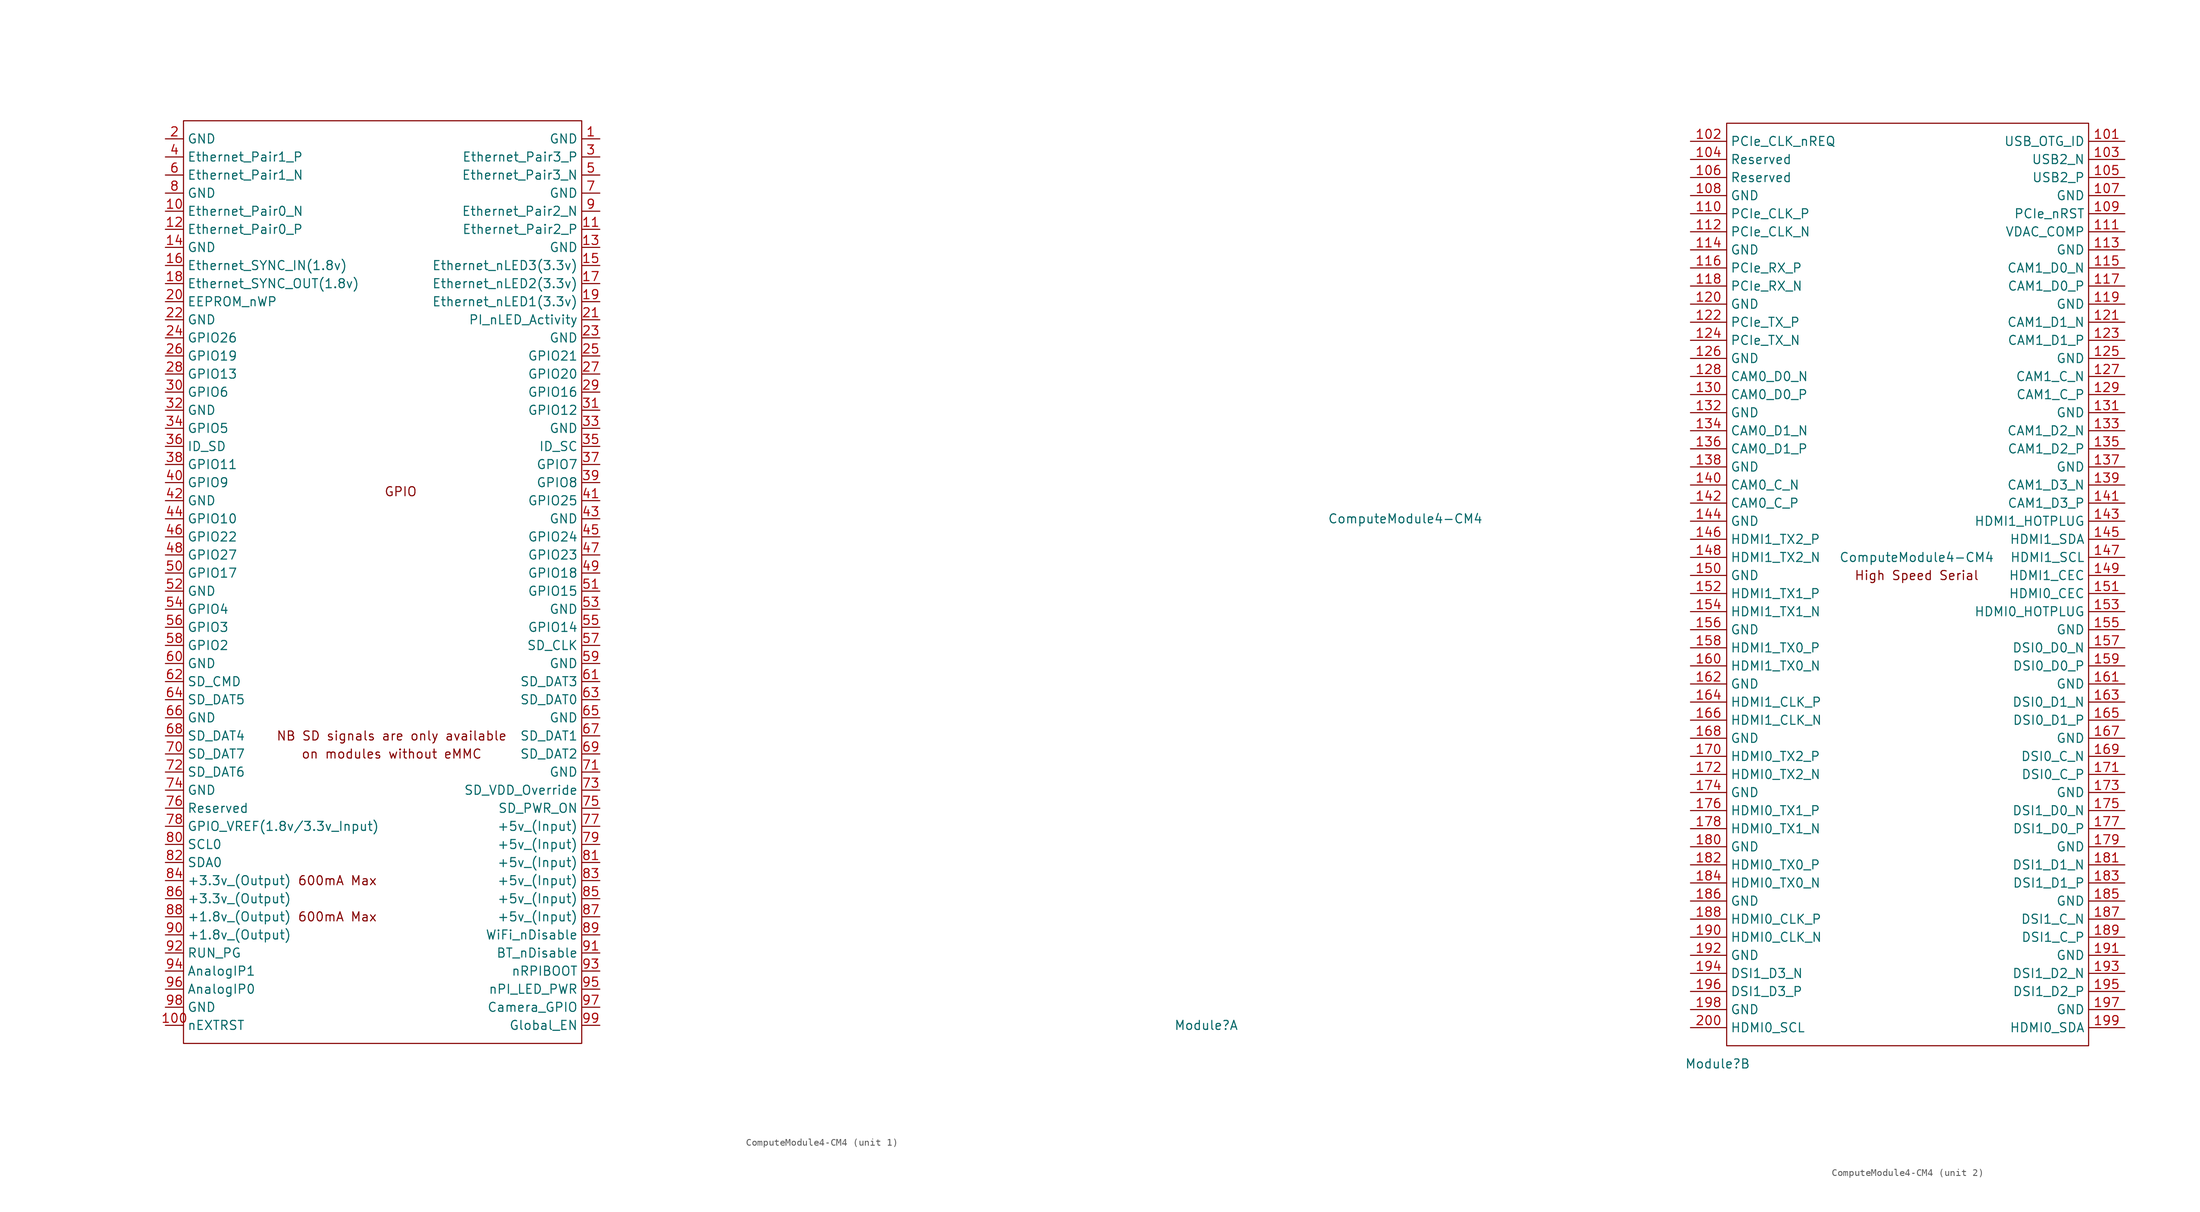
<source format=kicad_sym>
(kicad_symbol_lib
  (version 20201005)
  (generator kicad_symbol_editor)
  (symbol "CM4IO:ComputeModule4-CM4"
    (property "Reference" "Module"
      (at 113.03 -68.58 0)
      (effects (font (size 1.27 1.27))))
    (property "Value" "ComputeModule4-CM4"
      (at 140.97 2.54 0)
      (effects (font (size 1.27 1.27))))
    (symbol "ComputeModule4-CM4_1_0"
      (text "GPIO" (at 0 6.35 0) (effects (font (size 1.27 1.27)))))
    (symbol "ComputeModule4-CM4_1_1"
      (text "600mA Max" (at -8.89 -53.34 0) (effects (font (size 1.27 1.27))))
      (text "600mA Max" (at -8.89 -48.26 0) (effects (font (size 1.27 1.27))))
      (text "NB SD signals are only available" (at -1.27 -27.94 0) (effects (font (size 1.27 1.27))))
      (text "on modules without eMMC" (at -1.27 -30.48 0) (effects (font (size 1.27 1.27))))
      (rectangle (start -30.48 -71.12) (end 25.4 58.42) (stroke (width 0)) (fill (type none)))
      (pin power_in line (at 27.94 55.88 180) (length 2.54) (name "GND" (effects (font (size 1.27 1.27)))) (number "1" (effects (font (size 1.27 1.27)))))
      (pin passive line (at -33.02 45.72 0) (length 2.54) (name "Ethernet_Pair0_N" (effects (font (size 1.27 1.27)))) (number "10" (effects (font (size 1.27 1.27)))))
      (pin output line (at -33.02 -68.58 0) (length 2.54) (name "nEXTRST" (effects (font (size 1.27 1.27)))) (number "100" (effects (font (size 1.27 1.27)))))
      (pin passive line (at 27.94 43.18 180) (length 2.54) (name "Ethernet_Pair2_P" (effects (font (size 1.27 1.27)))) (number "11" (effects (font (size 1.27 1.27)))))
      (pin passive line (at -33.02 43.18 0) (length 2.54) (name "Ethernet_Pair0_P" (effects (font (size 1.27 1.27)))) (number "12" (effects (font (size 1.27 1.27)))))
      (pin power_in line (at 27.94 40.64 180) (length 2.54) (name "GND" (effects (font (size 1.27 1.27)))) (number "13" (effects (font (size 1.27 1.27)))))
      (pin power_in line (at -33.02 40.64 0) (length 2.54) (name "GND" (effects (font (size 1.27 1.27)))) (number "14" (effects (font (size 1.27 1.27)))))
      (pin output line (at 27.94 38.1 180) (length 2.54) (name "Ethernet_nLED3(3.3v)" (effects (font (size 1.27 1.27)))) (number "15" (effects (font (size 1.27 1.27)))))
      (pin input line (at -33.02 38.1 0) (length 2.54) (name "Ethernet_SYNC_IN(1.8v)" (effects (font (size 1.27 1.27)))) (number "16" (effects (font (size 1.27 1.27)))))
      (pin output line (at 27.94 35.56 180) (length 2.54) (name "Ethernet_nLED2(3.3v)" (effects (font (size 1.27 1.27)))) (number "17" (effects (font (size 1.27 1.27)))))
      (pin input line (at -33.02 35.56 0) (length 2.54) (name "Ethernet_SYNC_OUT(1.8v)" (effects (font (size 1.27 1.27)))) (number "18" (effects (font (size 1.27 1.27)))))
      (pin output line (at 27.94 33.02 180) (length 2.54) (name "Ethernet_nLED1(3.3v)" (effects (font (size 1.27 1.27)))) (number "19" (effects (font (size 1.27 1.27)))))
      (pin power_in line (at -33.02 55.88 0) (length 2.54) (name "GND" (effects (font (size 1.27 1.27)))) (number "2" (effects (font (size 1.27 1.27)))))
      (pin passive line (at -33.02 33.02 0) (length 2.54) (name "EEPROM_nWP" (effects (font (size 1.27 1.27)))) (number "20" (effects (font (size 1.27 1.27)))))
      (pin open_collector line (at 27.94 30.48 180) (length 2.54) (name "PI_nLED_Activity" (effects (font (size 1.27 1.27)))) (number "21" (effects (font (size 1.27 1.27)))))
      (pin power_in line (at -33.02 30.48 0) (length 2.54) (name "GND" (effects (font (size 1.27 1.27)))) (number "22" (effects (font (size 1.27 1.27)))))
      (pin power_in line (at 27.94 27.94 180) (length 2.54) (name "GND" (effects (font (size 1.27 1.27)))) (number "23" (effects (font (size 1.27 1.27)))))
      (pin passive line (at -33.02 27.94 0) (length 2.54) (name "GPIO26" (effects (font (size 1.27 1.27)))) (number "24" (effects (font (size 1.27 1.27)))))
      (pin passive line (at 27.94 25.4 180) (length 2.54) (name "GPIO21" (effects (font (size 1.27 1.27)))) (number "25" (effects (font (size 1.27 1.27)))))
      (pin passive line (at -33.02 25.4 0) (length 2.54) (name "GPIO19" (effects (font (size 1.27 1.27)))) (number "26" (effects (font (size 1.27 1.27)))))
      (pin passive line (at 27.94 22.86 180) (length 2.54) (name "GPIO20" (effects (font (size 1.27 1.27)))) (number "27" (effects (font (size 1.27 1.27)))))
      (pin passive line (at -33.02 22.86 0) (length 2.54) (name "GPIO13" (effects (font (size 1.27 1.27)))) (number "28" (effects (font (size 1.27 1.27)))))
      (pin passive line (at 27.94 20.32 180) (length 2.54) (name "GPIO16" (effects (font (size 1.27 1.27)))) (number "29" (effects (font (size 1.27 1.27)))))
      (pin passive line (at 27.94 53.34 180) (length 2.54) (name "Ethernet_Pair3_P" (effects (font (size 1.27 1.27)))) (number "3" (effects (font (size 1.27 1.27)))))
      (pin passive line (at -33.02 20.32 0) (length 2.54) (name "GPIO6" (effects (font (size 1.27 1.27)))) (number "30" (effects (font (size 1.27 1.27)))))
      (pin passive line (at 27.94 17.78 180) (length 2.54) (name "GPIO12" (effects (font (size 1.27 1.27)))) (number "31" (effects (font (size 1.27 1.27)))))
      (pin power_in line (at -33.02 17.78 0) (length 2.54) (name "GND" (effects (font (size 1.27 1.27)))) (number "32" (effects (font (size 1.27 1.27)))))
      (pin power_in line (at 27.94 15.24 180) (length 2.54) (name "GND" (effects (font (size 1.27 1.27)))) (number "33" (effects (font (size 1.27 1.27)))))
      (pin passive line (at -33.02 15.24 0) (length 2.54) (name "GPIO5" (effects (font (size 1.27 1.27)))) (number "34" (effects (font (size 1.27 1.27)))))
      (pin passive line (at 27.94 12.7 180) (length 2.54) (name "ID_SC" (effects (font (size 1.27 1.27)))) (number "35" (effects (font (size 1.27 1.27)))))
      (pin passive line (at -33.02 12.7 0) (length 2.54) (name "ID_SD" (effects (font (size 1.27 1.27)))) (number "36" (effects (font (size 1.27 1.27)))))
      (pin passive line (at 27.94 10.16 180) (length 2.54) (name "GPIO7" (effects (font (size 1.27 1.27)))) (number "37" (effects (font (size 1.27 1.27)))))
      (pin passive line (at -33.02 10.16 0) (length 2.54) (name "GPIO11" (effects (font (size 1.27 1.27)))) (number "38" (effects (font (size 1.27 1.27)))))
      (pin passive line (at 27.94 7.62 180) (length 2.54) (name "GPIO8" (effects (font (size 1.27 1.27)))) (number "39" (effects (font (size 1.27 1.27)))))
      (pin passive line (at -33.02 53.34 0) (length 2.54) (name "Ethernet_Pair1_P" (effects (font (size 1.27 1.27)))) (number "4" (effects (font (size 1.27 1.27)))))
      (pin passive line (at -33.02 7.62 0) (length 2.54) (name "GPIO9" (effects (font (size 1.27 1.27)))) (number "40" (effects (font (size 1.27 1.27)))))
      (pin passive line (at 27.94 5.08 180) (length 2.54) (name "GPIO25" (effects (font (size 1.27 1.27)))) (number "41" (effects (font (size 1.27 1.27)))))
      (pin power_in line (at -33.02 5.08 0) (length 2.54) (name "GND" (effects (font (size 1.27 1.27)))) (number "42" (effects (font (size 1.27 1.27)))))
      (pin power_in line (at 27.94 2.54 180) (length 2.54) (name "GND" (effects (font (size 1.27 1.27)))) (number "43" (effects (font (size 1.27 1.27)))))
      (pin passive line (at -33.02 2.54 0) (length 2.54) (name "GPIO10" (effects (font (size 1.27 1.27)))) (number "44" (effects (font (size 1.27 1.27)))))
      (pin passive line (at 27.94 0 180) (length 2.54) (name "GPIO24" (effects (font (size 1.27 1.27)))) (number "45" (effects (font (size 1.27 1.27)))))
      (pin passive line (at -33.02 0 0) (length 2.54) (name "GPIO22" (effects (font (size 1.27 1.27)))) (number "46" (effects (font (size 1.27 1.27)))))
      (pin passive line (at 27.94 -2.54 180) (length 2.54) (name "GPIO23" (effects (font (size 1.27 1.27)))) (number "47" (effects (font (size 1.27 1.27)))))
      (pin passive line (at -33.02 -2.54 0) (length 2.54) (name "GPIO27" (effects (font (size 1.27 1.27)))) (number "48" (effects (font (size 1.27 1.27)))))
      (pin passive line (at 27.94 -5.08 180) (length 2.54) (name "GPIO18" (effects (font (size 1.27 1.27)))) (number "49" (effects (font (size 1.27 1.27)))))
      (pin passive line (at 27.94 50.8 180) (length 2.54) (name "Ethernet_Pair3_N" (effects (font (size 1.27 1.27)))) (number "5" (effects (font (size 1.27 1.27)))))
      (pin passive line (at -33.02 -5.08 0) (length 2.54) (name "GPIO17" (effects (font (size 1.27 1.27)))) (number "50" (effects (font (size 1.27 1.27)))))
      (pin passive line (at 27.94 -7.62 180) (length 2.54) (name "GPIO15" (effects (font (size 1.27 1.27)))) (number "51" (effects (font (size 1.27 1.27)))))
      (pin power_in line (at -33.02 -7.62 0) (length 2.54) (name "GND" (effects (font (size 1.27 1.27)))) (number "52" (effects (font (size 1.27 1.27)))))
      (pin power_in line (at 27.94 -10.16 180) (length 2.54) (name "GND" (effects (font (size 1.27 1.27)))) (number "53" (effects (font (size 1.27 1.27)))))
      (pin passive line (at -33.02 -10.16 0) (length 2.54) (name "GPIO4" (effects (font (size 1.27 1.27)))) (number "54" (effects (font (size 1.27 1.27)))))
      (pin passive line (at 27.94 -12.7 180) (length 2.54) (name "GPIO14" (effects (font (size 1.27 1.27)))) (number "55" (effects (font (size 1.27 1.27)))))
      (pin passive line (at -33.02 -12.7 0) (length 2.54) (name "GPIO3" (effects (font (size 1.27 1.27)))) (number "56" (effects (font (size 1.27 1.27)))))
      (pin passive line (at 27.94 -15.24 180) (length 2.54) (name "SD_CLK" (effects (font (size 1.27 1.27)))) (number "57" (effects (font (size 1.27 1.27)))))
      (pin passive line (at -33.02 -15.24 0) (length 2.54) (name "GPIO2" (effects (font (size 1.27 1.27)))) (number "58" (effects (font (size 1.27 1.27)))))
      (pin power_in line (at 27.94 -17.78 180) (length 2.54) (name "GND" (effects (font (size 1.27 1.27)))) (number "59" (effects (font (size 1.27 1.27)))))
      (pin passive line (at -33.02 50.8 0) (length 2.54) (name "Ethernet_Pair1_N" (effects (font (size 1.27 1.27)))) (number "6" (effects (font (size 1.27 1.27)))))
      (pin power_in line (at -33.02 -17.78 0) (length 2.54) (name "GND" (effects (font (size 1.27 1.27)))) (number "60" (effects (font (size 1.27 1.27)))))
      (pin passive line (at 27.94 -20.32 180) (length 2.54) (name "SD_DAT3" (effects (font (size 1.27 1.27)))) (number "61" (effects (font (size 1.27 1.27)))))
      (pin passive line (at -33.02 -20.32 0) (length 2.54) (name "SD_CMD" (effects (font (size 1.27 1.27)))) (number "62" (effects (font (size 1.27 1.27)))))
      (pin passive line (at 27.94 -22.86 180) (length 2.54) (name "SD_DAT0" (effects (font (size 1.27 1.27)))) (number "63" (effects (font (size 1.27 1.27)))))
      (pin passive line (at -33.02 -22.86 0) (length 2.54) (name "SD_DAT5" (effects (font (size 1.27 1.27)))) (number "64" (effects (font (size 1.27 1.27)))))
      (pin power_in line (at 27.94 -25.4 180) (length 2.54) (name "GND" (effects (font (size 1.27 1.27)))) (number "65" (effects (font (size 1.27 1.27)))))
      (pin power_in line (at -33.02 -25.4 0) (length 2.54) (name "GND" (effects (font (size 1.27 1.27)))) (number "66" (effects (font (size 1.27 1.27)))))
      (pin passive line (at 27.94 -27.94 180) (length 2.54) (name "SD_DAT1" (effects (font (size 1.27 1.27)))) (number "67" (effects (font (size 1.27 1.27)))))
      (pin passive line (at -33.02 -27.94 0) (length 2.54) (name "SD_DAT4" (effects (font (size 1.27 1.27)))) (number "68" (effects (font (size 1.27 1.27)))))
      (pin passive line (at 27.94 -30.48 180) (length 2.54) (name "SD_DAT2" (effects (font (size 1.27 1.27)))) (number "69" (effects (font (size 1.27 1.27)))))
      (pin power_in line (at 27.94 48.26 180) (length 2.54) (name "GND" (effects (font (size 1.27 1.27)))) (number "7" (effects (font (size 1.27 1.27)))))
      (pin passive line (at -33.02 -30.48 0) (length 2.54) (name "SD_DAT7" (effects (font (size 1.27 1.27)))) (number "70" (effects (font (size 1.27 1.27)))))
      (pin power_in line (at 27.94 -33.02 180) (length 2.54) (name "GND" (effects (font (size 1.27 1.27)))) (number "71" (effects (font (size 1.27 1.27)))))
      (pin passive line (at -33.02 -33.02 0) (length 2.54) (name "SD_DAT6" (effects (font (size 1.27 1.27)))) (number "72" (effects (font (size 1.27 1.27)))))
      (pin input line (at 27.94 -35.56 180) (length 2.54) (name "SD_VDD_Override" (effects (font (size 1.27 1.27)))) (number "73" (effects (font (size 1.27 1.27)))))
      (pin power_in line (at -33.02 -35.56 0) (length 2.54) (name "GND" (effects (font (size 1.27 1.27)))) (number "74" (effects (font (size 1.27 1.27)))))
      (pin output line (at 27.94 -38.1 180) (length 2.54) (name "SD_PWR_ON" (effects (font (size 1.27 1.27)))) (number "75" (effects (font (size 1.27 1.27)))))
      (pin passive line (at -33.02 -38.1 0) (length 2.54) (name "Reserved" (effects (font (size 1.27 1.27)))) (number "76" (effects (font (size 1.27 1.27)))))
      (pin power_in line (at 27.94 -40.64 180) (length 2.54) (name "+5v_(Input)" (effects (font (size 1.27 1.27)))) (number "77" (effects (font (size 1.27 1.27)))))
      (pin power_in line (at -33.02 -40.64 0) (length 2.54) (name "GPIO_VREF(1.8v/3.3v_Input)" (effects (font (size 1.27 1.27)))) (number "78" (effects (font (size 1.27 1.27)))))
      (pin power_in line (at 27.94 -43.18 180) (length 2.54) (name "+5v_(Input)" (effects (font (size 1.27 1.27)))) (number "79" (effects (font (size 1.27 1.27)))))
      (pin power_in line (at -33.02 48.26 0) (length 2.54) (name "GND" (effects (font (size 1.27 1.27)))) (number "8" (effects (font (size 1.27 1.27)))))
      (pin passive line (at -33.02 -43.18 0) (length 2.54) (name "SCL0" (effects (font (size 1.27 1.27)))) (number "80" (effects (font (size 1.27 1.27)))))
      (pin power_in line (at 27.94 -45.72 180) (length 2.54) (name "+5v_(Input)" (effects (font (size 1.27 1.27)))) (number "81" (effects (font (size 1.27 1.27)))))
      (pin passive line (at -33.02 -45.72 0) (length 2.54) (name "SDA0" (effects (font (size 1.27 1.27)))) (number "82" (effects (font (size 1.27 1.27)))))
      (pin power_in line (at 27.94 -48.26 180) (length 2.54) (name "+5v_(Input)" (effects (font (size 1.27 1.27)))) (number "83" (effects (font (size 1.27 1.27)))))
      (pin power_out line (at -33.02 -48.26 0) (length 2.54) (name "+3.3v_(Output)" (effects (font (size 1.27 1.27)))) (number "84" (effects (font (size 1.27 1.27)))))
      (pin power_in line (at 27.94 -50.8 180) (length 2.54) (name "+5v_(Input)" (effects (font (size 1.27 1.27)))) (number "85" (effects (font (size 1.27 1.27)))))
      (pin power_out line (at -33.02 -50.8 0) (length 2.54) (name "+3.3v_(Output)" (effects (font (size 1.27 1.27)))) (number "86" (effects (font (size 1.27 1.27)))))
      (pin power_in line (at 27.94 -53.34 180) (length 2.54) (name "+5v_(Input)" (effects (font (size 1.27 1.27)))) (number "87" (effects (font (size 1.27 1.27)))))
      (pin power_out line (at -33.02 -53.34 0) (length 2.54) (name "+1.8v_(Output)" (effects (font (size 1.27 1.27)))) (number "88" (effects (font (size 1.27 1.27)))))
      (pin power_in line (at 27.94 -55.88 180) (length 2.54) (name "WiFi_nDisable" (effects (font (size 1.27 1.27)))) (number "89" (effects (font (size 1.27 1.27)))))
      (pin passive line (at 27.94 45.72 180) (length 2.54) (name "Ethernet_Pair2_N" (effects (font (size 1.27 1.27)))) (number "9" (effects (font (size 1.27 1.27)))))
      (pin power_out line (at -33.02 -55.88 0) (length 2.54) (name "+1.8v_(Output)" (effects (font (size 1.27 1.27)))) (number "90" (effects (font (size 1.27 1.27)))))
      (pin power_in line (at 27.94 -58.42 180) (length 2.54) (name "BT_nDisable" (effects (font (size 1.27 1.27)))) (number "91" (effects (font (size 1.27 1.27)))))
      (pin passive line (at -33.02 -58.42 0) (length 2.54) (name "RUN_PG" (effects (font (size 1.27 1.27)))) (number "92" (effects (font (size 1.27 1.27)))))
      (pin input line (at 27.94 -60.96 180) (length 2.54) (name "nRPIBOOT" (effects (font (size 1.27 1.27)))) (number "93" (effects (font (size 1.27 1.27)))))
      (pin passive line (at -33.02 -60.96 0) (length 2.54) (name "AnalogIP1" (effects (font (size 1.27 1.27)))) (number "94" (effects (font (size 1.27 1.27)))))
      (pin output line (at 27.94 -63.5 180) (length 2.54) (name "nPI_LED_PWR" (effects (font (size 1.27 1.27)))) (number "95" (effects (font (size 1.27 1.27)))))
      (pin passive line (at -33.02 -63.5 0) (length 2.54) (name "AnalogIP0" (effects (font (size 1.27 1.27)))) (number "96" (effects (font (size 1.27 1.27)))))
      (pin passive line (at 27.94 -66.04 180) (length 2.54) (name "Camera_GPIO" (effects (font (size 1.27 1.27)))) (number "97" (effects (font (size 1.27 1.27)))))
      (pin power_in line (at -33.02 -66.04 0) (length 2.54) (name "GND" (effects (font (size 1.27 1.27)))) (number "98" (effects (font (size 1.27 1.27)))))
      (pin input line (at 27.94 -68.58 180) (length 2.54) (name "Global_EN" (effects (font (size 1.27 1.27)))) (number "99" (effects (font (size 1.27 1.27))))))
    (symbol "ComputeModule4-CM4_2_1"
      (text "High Speed Serial" (at 140.97 0 0) (effects (font (size 1.27 1.27))))
      (rectangle (start 114.3 -66.04) (end 165.1 63.5) (stroke (width 0)) (fill (type none)))
      (pin input line (at 170.18 60.96 180) (length 5.08) (name "USB_OTG_ID" (effects (font (size 1.27 1.27)))) (number "101" (effects (font (size 1.27 1.27)))))
      (pin input line (at 109.22 60.96 0) (length 5.08) (name "PCIe_CLK_nREQ" (effects (font (size 1.27 1.27)))) (number "102" (effects (font (size 1.27 1.27)))))
      (pin passive line (at 170.18 58.42 180) (length 5.08) (name "USB2_N" (effects (font (size 1.27 1.27)))) (number "103" (effects (font (size 1.27 1.27)))))
      (pin passive line (at 109.22 58.42 0) (length 5.08) (name "Reserved" (effects (font (size 1.27 1.27)))) (number "104" (effects (font (size 1.27 1.27)))))
      (pin passive line (at 170.18 55.88 180) (length 5.08) (name "USB2_P" (effects (font (size 1.27 1.27)))) (number "105" (effects (font (size 1.27 1.27)))))
      (pin passive line (at 109.22 55.88 0) (length 5.08) (name "Reserved" (effects (font (size 1.27 1.27)))) (number "106" (effects (font (size 1.27 1.27)))))
      (pin power_in line (at 170.18 53.34 180) (length 5.08) (name "GND" (effects (font (size 1.27 1.27)))) (number "107" (effects (font (size 1.27 1.27)))))
      (pin power_in line (at 109.22 53.34 0) (length 5.08) (name "GND" (effects (font (size 1.27 1.27)))) (number "108" (effects (font (size 1.27 1.27)))))
      (pin bidirectional line (at 170.18 50.8 180) (length 5.08) (name "PCIe_nRST" (effects (font (size 1.27 1.27)))) (number "109" (effects (font (size 1.27 1.27)))))
      (pin output line (at 109.22 50.8 0) (length 5.08) (name "PCIe_CLK_P" (effects (font (size 1.27 1.27)))) (number "110" (effects (font (size 1.27 1.27)))))
      (pin passive line (at 170.18 48.26 180) (length 5.08) (name "VDAC_COMP" (effects (font (size 1.27 1.27)))) (number "111" (effects (font (size 1.27 1.27)))))
      (pin output line (at 109.22 48.26 0) (length 5.08) (name "PCIe_CLK_N" (effects (font (size 1.27 1.27)))) (number "112" (effects (font (size 1.27 1.27)))))
      (pin power_in line (at 170.18 45.72 180) (length 5.08) (name "GND" (effects (font (size 1.27 1.27)))) (number "113" (effects (font (size 1.27 1.27)))))
      (pin power_in line (at 109.22 45.72 0) (length 5.08) (name "GND" (effects (font (size 1.27 1.27)))) (number "114" (effects (font (size 1.27 1.27)))))
      (pin input line (at 170.18 43.18 180) (length 5.08) (name "CAM1_D0_N" (effects (font (size 1.27 1.27)))) (number "115" (effects (font (size 1.27 1.27)))))
      (pin input line (at 109.22 43.18 0) (length 5.08) (name "PCIe_RX_P" (effects (font (size 1.27 1.27)))) (number "116" (effects (font (size 1.27 1.27)))))
      (pin input line (at 170.18 40.64 180) (length 5.08) (name "CAM1_D0_P" (effects (font (size 1.27 1.27)))) (number "117" (effects (font (size 1.27 1.27)))))
      (pin input line (at 109.22 40.64 0) (length 5.08) (name "PCIe_RX_N" (effects (font (size 1.27 1.27)))) (number "118" (effects (font (size 1.27 1.27)))))
      (pin power_in line (at 170.18 38.1 180) (length 5.08) (name "GND" (effects (font (size 1.27 1.27)))) (number "119" (effects (font (size 1.27 1.27)))))
      (pin power_in line (at 109.22 38.1 0) (length 5.08) (name "GND" (effects (font (size 1.27 1.27)))) (number "120" (effects (font (size 1.27 1.27)))))
      (pin input line (at 170.18 35.56 180) (length 5.08) (name "CAM1_D1_N" (effects (font (size 1.27 1.27)))) (number "121" (effects (font (size 1.27 1.27)))))
      (pin output line (at 109.22 35.56 0) (length 5.08) (name "PCIe_TX_P" (effects (font (size 1.27 1.27)))) (number "122" (effects (font (size 1.27 1.27)))))
      (pin input line (at 170.18 33.02 180) (length 5.08) (name "CAM1_D1_P" (effects (font (size 1.27 1.27)))) (number "123" (effects (font (size 1.27 1.27)))))
      (pin output line (at 109.22 33.02 0) (length 5.08) (name "PCIe_TX_N" (effects (font (size 1.27 1.27)))) (number "124" (effects (font (size 1.27 1.27)))))
      (pin power_in line (at 170.18 30.48 180) (length 5.08) (name "GND" (effects (font (size 1.27 1.27)))) (number "125" (effects (font (size 1.27 1.27)))))
      (pin power_in line (at 109.22 30.48 0) (length 5.08) (name "GND" (effects (font (size 1.27 1.27)))) (number "126" (effects (font (size 1.27 1.27)))))
      (pin input line (at 170.18 27.94 180) (length 5.08) (name "CAM1_C_N" (effects (font (size 1.27 1.27)))) (number "127" (effects (font (size 1.27 1.27)))))
      (pin input line (at 109.22 27.94 0) (length 5.08) (name "CAM0_D0_N" (effects (font (size 1.27 1.27)))) (number "128" (effects (font (size 1.27 1.27)))))
      (pin input line (at 170.18 25.4 180) (length 5.08) (name "CAM1_C_P" (effects (font (size 1.27 1.27)))) (number "129" (effects (font (size 1.27 1.27)))))
      (pin input line (at 109.22 25.4 0) (length 5.08) (name "CAM0_D0_P" (effects (font (size 1.27 1.27)))) (number "130" (effects (font (size 1.27 1.27)))))
      (pin power_in line (at 170.18 22.86 180) (length 5.08) (name "GND" (effects (font (size 1.27 1.27)))) (number "131" (effects (font (size 1.27 1.27)))))
      (pin power_in line (at 109.22 22.86 0) (length 5.08) (name "GND" (effects (font (size 1.27 1.27)))) (number "132" (effects (font (size 1.27 1.27)))))
      (pin input line (at 170.18 20.32 180) (length 5.08) (name "CAM1_D2_N" (effects (font (size 1.27 1.27)))) (number "133" (effects (font (size 1.27 1.27)))))
      (pin input line (at 109.22 20.32 0) (length 5.08) (name "CAM0_D1_N" (effects (font (size 1.27 1.27)))) (number "134" (effects (font (size 1.27 1.27)))))
      (pin input line (at 170.18 17.78 180) (length 5.08) (name "CAM1_D2_P" (effects (font (size 1.27 1.27)))) (number "135" (effects (font (size 1.27 1.27)))))
      (pin input line (at 109.22 17.78 0) (length 5.08) (name "CAM0_D1_P" (effects (font (size 1.27 1.27)))) (number "136" (effects (font (size 1.27 1.27)))))
      (pin power_in line (at 170.18 15.24 180) (length 5.08) (name "GND" (effects (font (size 1.27 1.27)))) (number "137" (effects (font (size 1.27 1.27)))))
      (pin power_in line (at 109.22 15.24 0) (length 5.08) (name "GND" (effects (font (size 1.27 1.27)))) (number "138" (effects (font (size 1.27 1.27)))))
      (pin input line (at 170.18 12.7 180) (length 5.08) (name "CAM1_D3_N" (effects (font (size 1.27 1.27)))) (number "139" (effects (font (size 1.27 1.27)))))
      (pin input line (at 109.22 12.7 0) (length 5.08) (name "CAM0_C_N" (effects (font (size 1.27 1.27)))) (number "140" (effects (font (size 1.27 1.27)))))
      (pin input line (at 170.18 10.16 180) (length 5.08) (name "CAM1_D3_P" (effects (font (size 1.27 1.27)))) (number "141" (effects (font (size 1.27 1.27)))))
      (pin input line (at 109.22 10.16 0) (length 5.08) (name "CAM0_C_P" (effects (font (size 1.27 1.27)))) (number "142" (effects (font (size 1.27 1.27)))))
      (pin input line (at 170.18 7.62 180) (length 5.08) (name "HDMI1_HOTPLUG" (effects (font (size 1.27 1.27)))) (number "143" (effects (font (size 1.27 1.27)))))
      (pin power_in line (at 109.22 7.62 0) (length 5.08) (name "GND" (effects (font (size 1.27 1.27)))) (number "144" (effects (font (size 1.27 1.27)))))
      (pin bidirectional line (at 170.18 5.08 180) (length 5.08) (name "HDMI1_SDA" (effects (font (size 1.27 1.27)))) (number "145" (effects (font (size 1.27 1.27)))))
      (pin output line (at 109.22 5.08 0) (length 5.08) (name "HDMI1_TX2_P" (effects (font (size 1.27 1.27)))) (number "146" (effects (font (size 1.27 1.27)))))
      (pin open_collector line (at 170.18 2.54 180) (length 5.08) (name "HDMI1_SCL" (effects (font (size 1.27 1.27)))) (number "147" (effects (font (size 1.27 1.27)))))
      (pin output line (at 109.22 2.54 0) (length 5.08) (name "HDMI1_TX2_N" (effects (font (size 1.27 1.27)))) (number "148" (effects (font (size 1.27 1.27)))))
      (pin open_collector line (at 170.18 0 180) (length 5.08) (name "HDMI1_CEC" (effects (font (size 1.27 1.27)))) (number "149" (effects (font (size 1.27 1.27)))))
      (pin power_in line (at 109.22 0 0) (length 5.08) (name "GND" (effects (font (size 1.27 1.27)))) (number "150" (effects (font (size 1.27 1.27)))))
      (pin open_collector line (at 170.18 -2.54 180) (length 5.08) (name "HDMI0_CEC" (effects (font (size 1.27 1.27)))) (number "151" (effects (font (size 1.27 1.27)))))
      (pin output line (at 109.22 -2.54 0) (length 5.08) (name "HDMI1_TX1_P" (effects (font (size 1.27 1.27)))) (number "152" (effects (font (size 1.27 1.27)))))
      (pin input line (at 170.18 -5.08 180) (length 5.08) (name "HDMI0_HOTPLUG" (effects (font (size 1.27 1.27)))) (number "153" (effects (font (size 1.27 1.27)))))
      (pin output line (at 109.22 -5.08 0) (length 5.08) (name "HDMI1_TX1_N" (effects (font (size 1.27 1.27)))) (number "154" (effects (font (size 1.27 1.27)))))
      (pin power_in line (at 170.18 -7.62 180) (length 5.08) (name "GND" (effects (font (size 1.27 1.27)))) (number "155" (effects (font (size 1.27 1.27)))))
      (pin power_in line (at 109.22 -7.62 0) (length 5.08) (name "GND" (effects (font (size 1.27 1.27)))) (number "156" (effects (font (size 1.27 1.27)))))
      (pin output line (at 170.18 -10.16 180) (length 5.08) (name "DSI0_D0_N" (effects (font (size 1.27 1.27)))) (number "157" (effects (font (size 1.27 1.27)))))
      (pin output line (at 109.22 -10.16 0) (length 5.08) (name "HDMI1_TX0_P" (effects (font (size 1.27 1.27)))) (number "158" (effects (font (size 1.27 1.27)))))
      (pin output line (at 170.18 -12.7 180) (length 5.08) (name "DSI0_D0_P" (effects (font (size 1.27 1.27)))) (number "159" (effects (font (size 1.27 1.27)))))
      (pin output line (at 109.22 -12.7 0) (length 5.08) (name "HDMI1_TX0_N" (effects (font (size 1.27 1.27)))) (number "160" (effects (font (size 1.27 1.27)))))
      (pin power_in line (at 170.18 -15.24 180) (length 5.08) (name "GND" (effects (font (size 1.27 1.27)))) (number "161" (effects (font (size 1.27 1.27)))))
      (pin power_in line (at 109.22 -15.24 0) (length 5.08) (name "GND" (effects (font (size 1.27 1.27)))) (number "162" (effects (font (size 1.27 1.27)))))
      (pin output line (at 170.18 -17.78 180) (length 5.08) (name "DSI0_D1_N" (effects (font (size 1.27 1.27)))) (number "163" (effects (font (size 1.27 1.27)))))
      (pin output line (at 109.22 -17.78 0) (length 5.08) (name "HDMI1_CLK_P" (effects (font (size 1.27 1.27)))) (number "164" (effects (font (size 1.27 1.27)))))
      (pin output line (at 170.18 -20.32 180) (length 5.08) (name "DSI0_D1_P" (effects (font (size 1.27 1.27)))) (number "165" (effects (font (size 1.27 1.27)))))
      (pin output line (at 109.22 -20.32 0) (length 5.08) (name "HDMI1_CLK_N" (effects (font (size 1.27 1.27)))) (number "166" (effects (font (size 1.27 1.27)))))
      (pin power_in line (at 170.18 -22.86 180) (length 5.08) (name "GND" (effects (font (size 1.27 1.27)))) (number "167" (effects (font (size 1.27 1.27)))))
      (pin power_in line (at 109.22 -22.86 0) (length 5.08) (name "GND" (effects (font (size 1.27 1.27)))) (number "168" (effects (font (size 1.27 1.27)))))
      (pin output line (at 170.18 -25.4 180) (length 5.08) (name "DSI0_C_N" (effects (font (size 1.27 1.27)))) (number "169" (effects (font (size 1.27 1.27)))))
      (pin output line (at 109.22 -25.4 0) (length 5.08) (name "HDMI0_TX2_P" (effects (font (size 1.27 1.27)))) (number "170" (effects (font (size 1.27 1.27)))))
      (pin output line (at 170.18 -27.94 180) (length 5.08) (name "DSI0_C_P" (effects (font (size 1.27 1.27)))) (number "171" (effects (font (size 1.27 1.27)))))
      (pin output line (at 109.22 -27.94 0) (length 5.08) (name "HDMI0_TX2_N" (effects (font (size 1.27 1.27)))) (number "172" (effects (font (size 1.27 1.27)))))
      (pin power_in line (at 170.18 -30.48 180) (length 5.08) (name "GND" (effects (font (size 1.27 1.27)))) (number "173" (effects (font (size 1.27 1.27)))))
      (pin power_in line (at 109.22 -30.48 0) (length 5.08) (name "GND" (effects (font (size 1.27 1.27)))) (number "174" (effects (font (size 1.27 1.27)))))
      (pin output line (at 170.18 -33.02 180) (length 5.08) (name "DSI1_D0_N" (effects (font (size 1.27 1.27)))) (number "175" (effects (font (size 1.27 1.27)))))
      (pin output line (at 109.22 -33.02 0) (length 5.08) (name "HDMI0_TX1_P" (effects (font (size 1.27 1.27)))) (number "176" (effects (font (size 1.27 1.27)))))
      (pin output line (at 170.18 -35.56 180) (length 5.08) (name "DSI1_D0_P" (effects (font (size 1.27 1.27)))) (number "177" (effects (font (size 1.27 1.27)))))
      (pin output line (at 109.22 -35.56 0) (length 5.08) (name "HDMI0_TX1_N" (effects (font (size 1.27 1.27)))) (number "178" (effects (font (size 1.27 1.27)))))
      (pin power_in line (at 170.18 -38.1 180) (length 5.08) (name "GND" (effects (font (size 1.27 1.27)))) (number "179" (effects (font (size 1.27 1.27)))))
      (pin power_in line (at 109.22 -38.1 0) (length 5.08) (name "GND" (effects (font (size 1.27 1.27)))) (number "180" (effects (font (size 1.27 1.27)))))
      (pin output line (at 170.18 -40.64 180) (length 5.08) (name "DSI1_D1_N" (effects (font (size 1.27 1.27)))) (number "181" (effects (font (size 1.27 1.27)))))
      (pin output line (at 109.22 -40.64 0) (length 5.08) (name "HDMI0_TX0_P" (effects (font (size 1.27 1.27)))) (number "182" (effects (font (size 1.27 1.27)))))
      (pin output line (at 170.18 -43.18 180) (length 5.08) (name "DSI1_D1_P" (effects (font (size 1.27 1.27)))) (number "183" (effects (font (size 1.27 1.27)))))
      (pin output line (at 109.22 -43.18 0) (length 5.08) (name "HDMI0_TX0_N" (effects (font (size 1.27 1.27)))) (number "184" (effects (font (size 1.27 1.27)))))
      (pin power_in line (at 170.18 -45.72 180) (length 5.08) (name "GND" (effects (font (size 1.27 1.27)))) (number "185" (effects (font (size 1.27 1.27)))))
      (pin power_in line (at 109.22 -45.72 0) (length 5.08) (name "GND" (effects (font (size 1.27 1.27)))) (number "186" (effects (font (size 1.27 1.27)))))
      (pin output line (at 170.18 -48.26 180) (length 5.08) (name "DSI1_C_N" (effects (font (size 1.27 1.27)))) (number "187" (effects (font (size 1.27 1.27)))))
      (pin output line (at 109.22 -48.26 0) (length 5.08) (name "HDMI0_CLK_P" (effects (font (size 1.27 1.27)))) (number "188" (effects (font (size 1.27 1.27)))))
      (pin output line (at 170.18 -50.8 180) (length 5.08) (name "DSI1_C_P" (effects (font (size 1.27 1.27)))) (number "189" (effects (font (size 1.27 1.27)))))
      (pin output line (at 109.22 -50.8 0) (length 5.08) (name "HDMI0_CLK_N" (effects (font (size 1.27 1.27)))) (number "190" (effects (font (size 1.27 1.27)))))
      (pin power_in line (at 170.18 -53.34 180) (length 5.08) (name "GND" (effects (font (size 1.27 1.27)))) (number "191" (effects (font (size 1.27 1.27)))))
      (pin power_in line (at 109.22 -53.34 0) (length 5.08) (name "GND" (effects (font (size 1.27 1.27)))) (number "192" (effects (font (size 1.27 1.27)))))
      (pin output line (at 170.18 -55.88 180) (length 5.08) (name "DSI1_D2_N" (effects (font (size 1.27 1.27)))) (number "193" (effects (font (size 1.27 1.27)))))
      (pin output line (at 109.22 -55.88 0) (length 5.08) (name "DSI1_D3_N" (effects (font (size 1.27 1.27)))) (number "194" (effects (font (size 1.27 1.27)))))
      (pin output line (at 170.18 -58.42 180) (length 5.08) (name "DSI1_D2_P" (effects (font (size 1.27 1.27)))) (number "195" (effects (font (size 1.27 1.27)))))
      (pin output line (at 109.22 -58.42 0) (length 5.08) (name "DSI1_D3_P" (effects (font (size 1.27 1.27)))) (number "196" (effects (font (size 1.27 1.27)))))
      (pin power_in line (at 170.18 -60.96 180) (length 5.08) (name "GND" (effects (font (size 1.27 1.27)))) (number "197" (effects (font (size 1.27 1.27)))))
      (pin power_in line (at 109.22 -60.96 0) (length 5.08) (name "GND" (effects (font (size 1.27 1.27)))) (number "198" (effects (font (size 1.27 1.27)))))
      (pin bidirectional line (at 170.18 -63.5 180) (length 5.08) (name "HDMI0_SDA" (effects (font (size 1.27 1.27)))) (number "199" (effects (font (size 1.27 1.27)))))
      (pin open_collector line (at 109.22 -63.5 0) (length 5.08) (name "HDMI0_SCL" (effects (font (size 1.27 1.27)))) (number "200" (effects (font (size 1.27 1.27))))))))
</source>
